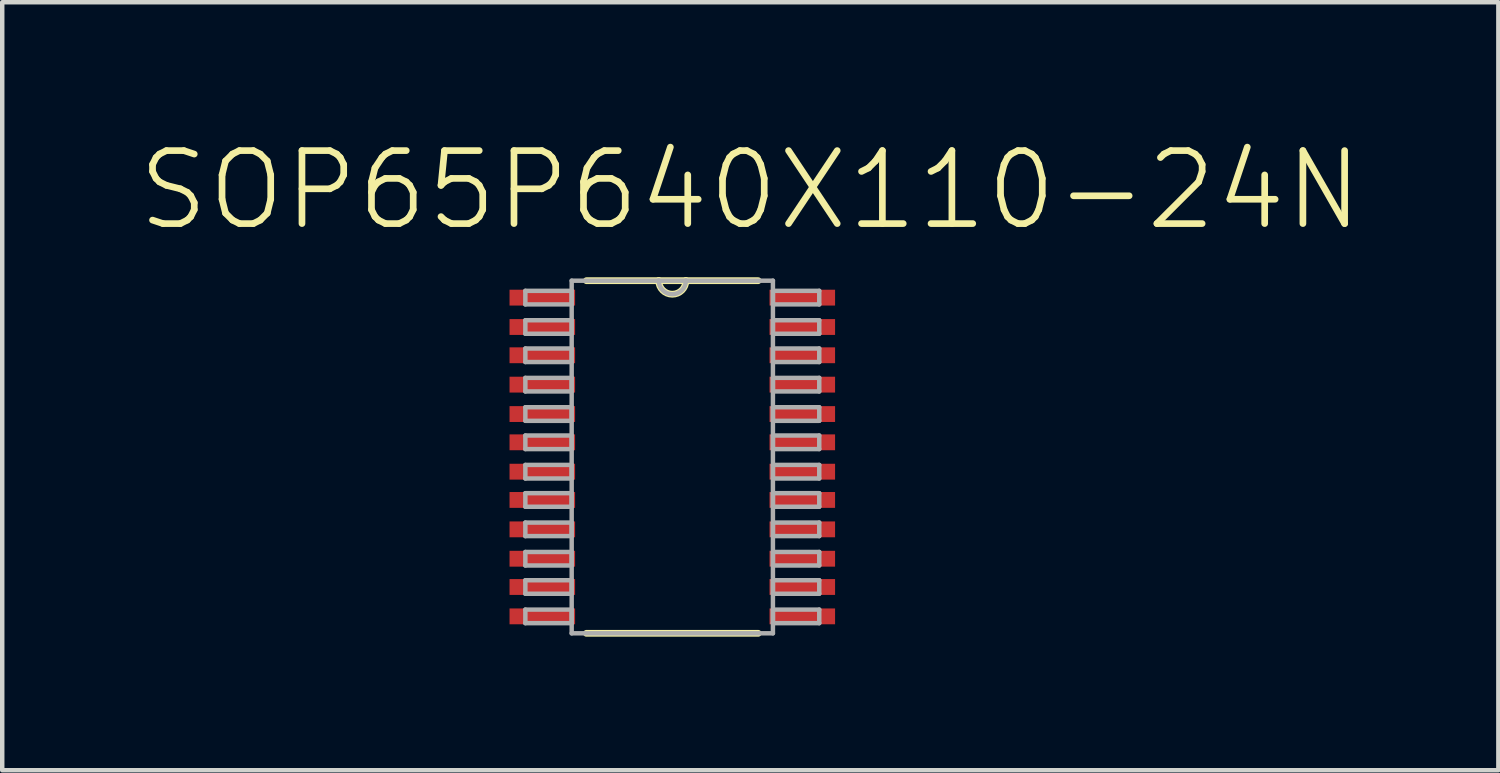
<source format=kicad_pcb>
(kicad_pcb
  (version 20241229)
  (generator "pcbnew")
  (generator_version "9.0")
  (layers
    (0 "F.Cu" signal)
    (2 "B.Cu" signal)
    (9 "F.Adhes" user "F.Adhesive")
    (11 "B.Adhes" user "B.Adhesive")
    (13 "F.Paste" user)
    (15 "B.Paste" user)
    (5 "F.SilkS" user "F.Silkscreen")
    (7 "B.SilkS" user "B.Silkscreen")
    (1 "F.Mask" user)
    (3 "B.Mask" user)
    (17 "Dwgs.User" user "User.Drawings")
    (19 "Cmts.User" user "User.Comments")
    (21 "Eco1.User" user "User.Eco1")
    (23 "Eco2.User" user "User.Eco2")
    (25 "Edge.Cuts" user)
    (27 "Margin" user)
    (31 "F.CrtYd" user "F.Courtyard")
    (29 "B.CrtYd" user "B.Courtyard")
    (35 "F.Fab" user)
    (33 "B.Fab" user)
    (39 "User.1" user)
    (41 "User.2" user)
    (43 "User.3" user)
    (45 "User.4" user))
  (footprint "SOP65P640X110-24N"
    (layer "F.Cu")
    (at 12.057 7.219)
    (property "Reference" "SOP65P640X110-24N" (at 1.753 -5.996 0) (layer "F.SilkS") (effects (font (size 1.64 1.64) (thickness 0.15))))
    (attr smd)
    (fp_line (start -1.93 3.962) (end 1.93 3.962) (stroke (width 0.152) (type solid)) (layer "F.SilkS"))
    (fp_line (start -0.305 -3.962) (end -1.93 -3.962) (stroke (width 0.152) (type solid)) (layer "F.SilkS"))
    (fp_line (start 0.305 -3.962) (end -0.305 -3.962) (stroke (width 0.152) (type solid)) (layer "F.SilkS"))
    (fp_line (start 1.93 -3.962) (end 0.305 -3.962) (stroke (width 0.152) (type solid)) (layer "F.SilkS"))
    (fp_arc (start 0.3048 -3.9624) (mid 0 -3.6576) (end -0.3048 -3.9624) (stroke (width 0.1524) (type solid)) (layer "F.SilkS"))
    (fp_line (start -3.302 -3.734) (end -3.302 -3.429) (stroke (width 0.1) (type solid)) (layer "F.Fab"))
    (fp_line (start -3.302 -3.429) (end -2.261 -3.429) (stroke (width 0.1) (type solid)) (layer "F.Fab"))
    (fp_line (start -3.302 -3.073) (end -3.302 -2.769) (stroke (width 0.1) (type solid)) (layer "F.Fab"))
    (fp_line (start -3.302 -2.769) (end -2.261 -2.769) (stroke (width 0.1) (type solid)) (layer "F.Fab"))
    (fp_line (start -3.302 -2.438) (end -3.302 -2.134) (stroke (width 0.1) (type solid)) (layer "F.Fab"))
    (fp_line (start -3.302 -2.134) (end -2.261 -2.134) (stroke (width 0.1) (type solid)) (layer "F.Fab"))
    (fp_line (start -3.302 -1.778) (end -3.302 -1.473) (stroke (width 0.1) (type solid)) (layer "F.Fab"))
    (fp_line (start -3.302 -1.473) (end -2.261 -1.473) (stroke (width 0.1) (type solid)) (layer "F.Fab"))
    (fp_line (start -3.302 -1.118) (end -3.302 -0.813) (stroke (width 0.1) (type solid)) (layer "F.Fab"))
    (fp_line (start -3.302 -0.813) (end -2.261 -0.813) (stroke (width 0.1) (type solid)) (layer "F.Fab"))
    (fp_line (start -3.302 -0.483) (end -3.302 -0.178) (stroke (width 0.1) (type solid)) (layer "F.Fab"))
    (fp_line (start -3.302 -0.178) (end -2.261 -0.178) (stroke (width 0.1) (type solid)) (layer "F.Fab"))
    (fp_line (start -3.302 0.178) (end -3.302 0.483) (stroke (width 0.1) (type solid)) (layer "F.Fab"))
    (fp_line (start -3.302 0.483) (end -2.261 0.483) (stroke (width 0.1) (type solid)) (layer "F.Fab"))
    (fp_line (start -3.302 0.813) (end -3.302 1.118) (stroke (width 0.1) (type solid)) (layer "F.Fab"))
    (fp_line (start -3.302 1.118) (end -2.261 1.118) (stroke (width 0.1) (type solid)) (layer "F.Fab"))
    (fp_line (start -3.302 1.473) (end -3.302 1.778) (stroke (width 0.1) (type solid)) (layer "F.Fab"))
    (fp_line (start -3.302 1.778) (end -2.261 1.778) (stroke (width 0.1) (type solid)) (layer "F.Fab"))
    (fp_line (start -3.302 2.134) (end -3.302 2.438) (stroke (width 0.1) (type solid)) (layer "F.Fab"))
    (fp_line (start -3.302 2.438) (end -2.261 2.438) (stroke (width 0.1) (type solid)) (layer "F.Fab"))
    (fp_line (start -3.302 2.769) (end -3.302 3.073) (stroke (width 0.1) (type solid)) (layer "F.Fab"))
    (fp_line (start -3.302 3.073) (end -2.261 3.073) (stroke (width 0.1) (type solid)) (layer "F.Fab"))
    (fp_line (start -3.302 3.429) (end -3.302 3.734) (stroke (width 0.1) (type solid)) (layer "F.Fab"))
    (fp_line (start -3.302 3.734) (end -2.261 3.734) (stroke (width 0.1) (type solid)) (layer "F.Fab"))
    (fp_line (start -2.261 -3.962) (end -2.261 3.962) (stroke (width 0.1) (type solid)) (layer "F.Fab"))
    (fp_line (start -2.261 -3.734) (end -3.302 -3.734) (stroke (width 0.1) (type solid)) (layer "F.Fab"))
    (fp_line (start -2.261 -3.429) (end -2.261 -3.734) (stroke (width 0.1) (type solid)) (layer "F.Fab"))
    (fp_line (start -2.261 -3.073) (end -3.302 -3.073) (stroke (width 0.1) (type solid)) (layer "F.Fab"))
    (fp_line (start -2.261 -2.769) (end -2.261 -3.073) (stroke (width 0.1) (type solid)) (layer "F.Fab"))
    (fp_line (start -2.261 -2.438) (end -3.302 -2.438) (stroke (width 0.1) (type solid)) (layer "F.Fab"))
    (fp_line (start -2.261 -2.134) (end -2.261 -2.438) (stroke (width 0.1) (type solid)) (layer "F.Fab"))
    (fp_line (start -2.261 -1.778) (end -3.302 -1.778) (stroke (width 0.1) (type solid)) (layer "F.Fab"))
    (fp_line (start -2.261 -1.473) (end -2.261 -1.778) (stroke (width 0.1) (type solid)) (layer "F.Fab"))
    (fp_line (start -2.261 -1.118) (end -3.302 -1.118) (stroke (width 0.1) (type solid)) (layer "F.Fab"))
    (fp_line (start -2.261 -0.813) (end -2.261 -1.118) (stroke (width 0.1) (type solid)) (layer "F.Fab"))
    (fp_line (start -2.261 -0.483) (end -3.302 -0.483) (stroke (width 0.1) (type solid)) (layer "F.Fab"))
    (fp_line (start -2.261 -0.178) (end -2.261 -0.483) (stroke (width 0.1) (type solid)) (layer "F.Fab"))
    (fp_line (start -2.261 0.178) (end -3.302 0.178) (stroke (width 0.1) (type solid)) (layer "F.Fab"))
    (fp_line (start -2.261 0.483) (end -2.261 0.178) (stroke (width 0.1) (type solid)) (layer "F.Fab"))
    (fp_line (start -2.261 0.813) (end -3.302 0.813) (stroke (width 0.1) (type solid)) (layer "F.Fab"))
    (fp_line (start -2.261 1.118) (end -2.261 0.813) (stroke (width 0.1) (type solid)) (layer "F.Fab"))
    (fp_line (start -2.261 1.473) (end -3.302 1.473) (stroke (width 0.1) (type solid)) (layer "F.Fab"))
    (fp_line (start -2.261 1.778) (end -2.261 1.473) (stroke (width 0.1) (type solid)) (layer "F.Fab"))
    (fp_line (start -2.261 2.134) (end -3.302 2.134) (stroke (width 0.1) (type solid)) (layer "F.Fab"))
    (fp_line (start -2.261 2.438) (end -2.261 2.134) (stroke (width 0.1) (type solid)) (layer "F.Fab"))
    (fp_line (start -2.261 2.769) (end -3.302 2.769) (stroke (width 0.1) (type solid)) (layer "F.Fab"))
    (fp_line (start -2.261 3.073) (end -2.261 2.769) (stroke (width 0.1) (type solid)) (layer "F.Fab"))
    (fp_line (start -2.261 3.429) (end -3.302 3.429) (stroke (width 0.1) (type solid)) (layer "F.Fab"))
    (fp_line (start -2.261 3.734) (end -2.261 3.429) (stroke (width 0.1) (type solid)) (layer "F.Fab"))
    (fp_line (start -2.261 3.962) (end 2.261 3.962) (stroke (width 0.1) (type solid)) (layer "F.Fab"))
    (fp_line (start -0.305 -3.962) (end -2.261 -3.962) (stroke (width 0.1) (type solid)) (layer "F.Fab"))
    (fp_line (start 0.305 -3.962) (end -0.305 -3.962) (stroke (width 0.1) (type solid)) (layer "F.Fab"))
    (fp_line (start 2.261 -3.962) (end 0.305 -3.962) (stroke (width 0.1) (type solid)) (layer "F.Fab"))
    (fp_line (start 2.261 -3.734) (end 2.261 -3.429) (stroke (width 0.1) (type solid)) (layer "F.Fab"))
    (fp_line (start 2.261 -3.429) (end 3.302 -3.429) (stroke (width 0.1) (type solid)) (layer "F.Fab"))
    (fp_line (start 2.261 -3.073) (end 2.261 -2.769) (stroke (width 0.1) (type solid)) (layer "F.Fab"))
    (fp_line (start 2.261 -2.769) (end 3.302 -2.769) (stroke (width 0.1) (type solid)) (layer "F.Fab"))
    (fp_line (start 2.261 -2.438) (end 2.261 -2.134) (stroke (width 0.1) (type solid)) (layer "F.Fab"))
    (fp_line (start 2.261 -2.134) (end 3.302 -2.134) (stroke (width 0.1) (type solid)) (layer "F.Fab"))
    (fp_line (start 2.261 -1.778) (end 2.261 -1.473) (stroke (width 0.1) (type solid)) (layer "F.Fab"))
    (fp_line (start 2.261 -1.473) (end 3.302 -1.473) (stroke (width 0.1) (type solid)) (layer "F.Fab"))
    (fp_line (start 2.261 -1.118) (end 2.261 -0.813) (stroke (width 0.1) (type solid)) (layer "F.Fab"))
    (fp_line (start 2.261 -0.813) (end 3.302 -0.813) (stroke (width 0.1) (type solid)) (layer "F.Fab"))
    (fp_line (start 2.261 -0.483) (end 2.261 -0.178) (stroke (width 0.1) (type solid)) (layer "F.Fab"))
    (fp_line (start 2.261 -0.178) (end 3.302 -0.178) (stroke (width 0.1) (type solid)) (layer "F.Fab"))
    (fp_line (start 2.261 0.178) (end 2.261 0.483) (stroke (width 0.1) (type solid)) (layer "F.Fab"))
    (fp_line (start 2.261 0.483) (end 3.302 0.483) (stroke (width 0.1) (type solid)) (layer "F.Fab"))
    (fp_line (start 2.261 0.813) (end 2.261 1.118) (stroke (width 0.1) (type solid)) (layer "F.Fab"))
    (fp_line (start 2.261 1.118) (end 3.302 1.118) (stroke (width 0.1) (type solid)) (layer "F.Fab"))
    (fp_line (start 2.261 1.473) (end 2.261 1.778) (stroke (width 0.1) (type solid)) (layer "F.Fab"))
    (fp_line (start 2.261 1.778) (end 3.302 1.778) (stroke (width 0.1) (type solid)) (layer "F.Fab"))
    (fp_line (start 2.261 2.134) (end 2.261 2.438) (stroke (width 0.1) (type solid)) (layer "F.Fab"))
    (fp_line (start 2.261 2.438) (end 3.302 2.438) (stroke (width 0.1) (type solid)) (layer "F.Fab"))
    (fp_line (start 2.261 2.769) (end 2.261 3.073) (stroke (width 0.1) (type solid)) (layer "F.Fab"))
    (fp_line (start 2.261 3.073) (end 3.302 3.073) (stroke (width 0.1) (type solid)) (layer "F.Fab"))
    (fp_line (start 2.261 3.429) (end 2.261 3.734) (stroke (width 0.1) (type solid)) (layer "F.Fab"))
    (fp_line (start 2.261 3.734) (end 3.302 3.734) (stroke (width 0.1) (type solid)) (layer "F.Fab"))
    (fp_line (start 2.261 3.962) (end 2.261 -3.962) (stroke (width 0.1) (type solid)) (layer "F.Fab"))
    (fp_line (start 3.302 -3.734) (end 2.261 -3.734) (stroke (width 0.1) (type solid)) (layer "F.Fab"))
    (fp_line (start 3.302 -3.429) (end 3.302 -3.734) (stroke (width 0.1) (type solid)) (layer "F.Fab"))
    (fp_line (start 3.302 -3.073) (end 2.261 -3.073) (stroke (width 0.1) (type solid)) (layer "F.Fab"))
    (fp_line (start 3.302 -2.769) (end 3.302 -3.073) (stroke (width 0.1) (type solid)) (layer "F.Fab"))
    (fp_line (start 3.302 -2.438) (end 2.261 -2.438) (stroke (width 0.1) (type solid)) (layer "F.Fab"))
    (fp_line (start 3.302 -2.134) (end 3.302 -2.438) (stroke (width 0.1) (type solid)) (layer "F.Fab"))
    (fp_line (start 3.302 -1.778) (end 2.261 -1.778) (stroke (width 0.1) (type solid)) (layer "F.Fab"))
    (fp_line (start 3.302 -1.473) (end 3.302 -1.778) (stroke (width 0.1) (type solid)) (layer "F.Fab"))
    (fp_line (start 3.302 -1.118) (end 2.261 -1.118) (stroke (width 0.1) (type solid)) (layer "F.Fab"))
    (fp_line (start 3.302 -0.813) (end 3.302 -1.118) (stroke (width 0.1) (type solid)) (layer "F.Fab"))
    (fp_line (start 3.302 -0.483) (end 2.261 -0.483) (stroke (width 0.1) (type solid)) (layer "F.Fab"))
    (fp_line (start 3.302 -0.178) (end 3.302 -0.483) (stroke (width 0.1) (type solid)) (layer "F.Fab"))
    (fp_line (start 3.302 0.178) (end 2.261 0.178) (stroke (width 0.1) (type solid)) (layer "F.Fab"))
    (fp_line (start 3.302 0.483) (end 3.302 0.178) (stroke (width 0.1) (type solid)) (layer "F.Fab"))
    (fp_line (start 3.302 0.813) (end 2.261 0.813) (stroke (width 0.1) (type solid)) (layer "F.Fab"))
    (fp_line (start 3.302 1.118) (end 3.302 0.813) (stroke (width 0.1) (type solid)) (layer "F.Fab"))
    (fp_line (start 3.302 1.473) (end 2.261 1.473) (stroke (width 0.1) (type solid)) (layer "F.Fab"))
    (fp_line (start 3.302 1.778) (end 3.302 1.473) (stroke (width 0.1) (type solid)) (layer "F.Fab"))
    (fp_line (start 3.302 2.134) (end 2.261 2.134) (stroke (width 0.1) (type solid)) (layer "F.Fab"))
    (fp_line (start 3.302 2.438) (end 3.302 2.134) (stroke (width 0.1) (type solid)) (layer "F.Fab"))
    (fp_line (start 3.302 2.769) (end 2.261 2.769) (stroke (width 0.1) (type solid)) (layer "F.Fab"))
    (fp_line (start 3.302 3.073) (end 3.302 2.769) (stroke (width 0.1) (type solid)) (layer "F.Fab"))
    (fp_line (start 3.302 3.429) (end 2.261 3.429) (stroke (width 0.1) (type solid)) (layer "F.Fab"))
    (fp_line (start 3.302 3.734) (end 3.302 3.429) (stroke (width 0.1) (type solid)) (layer "F.Fab"))
    (fp_arc (start 0.3048 -3.9624) (mid 0 -3.6576) (end -0.3048 -3.9624) (stroke (width 0.1) (type solid)) (layer "F.Fab"))
    (pad "1" smd rect (at -2.921 -3.581) (size 1.473 0.356) (layers "F.Cu" "F.Mask" "F.Paste"))
    (pad "2" smd rect (at -2.921 -2.921) (size 1.473 0.356) (layers "F.Cu" "F.Mask" "F.Paste"))
    (pad "3" smd rect (at -2.921 -2.286) (size 1.473 0.356) (layers "F.Cu" "F.Mask" "F.Paste"))
    (pad "4" smd rect (at -2.921 -1.626) (size 1.473 0.356) (layers "F.Cu" "F.Mask" "F.Paste"))
    (pad "5" smd rect (at -2.921 -0.965) (size 1.473 0.356) (layers "F.Cu" "F.Mask" "F.Paste"))
    (pad "6" smd rect (at -2.921 -0.33) (size 1.473 0.356) (layers "F.Cu" "F.Mask" "F.Paste"))
    (pad "7" smd rect (at -2.921 0.33) (size 1.473 0.356) (layers "F.Cu" "F.Mask" "F.Paste"))
    (pad "8" smd rect (at -2.921 0.965) (size 1.473 0.356) (layers "F.Cu" "F.Mask" "F.Paste"))
    (pad "9" smd rect (at -2.921 1.626) (size 1.473 0.356) (layers "F.Cu" "F.Mask" "F.Paste"))
    (pad "10" smd rect (at -2.921 2.286) (size 1.473 0.356) (layers "F.Cu" "F.Mask" "F.Paste"))
    (pad "11" smd rect (at -2.921 2.921) (size 1.473 0.356) (layers "F.Cu" "F.Mask" "F.Paste"))
    (pad "12" smd rect (at -2.921 3.581) (size 1.473 0.356) (layers "F.Cu" "F.Mask" "F.Paste"))
    (pad "13" smd rect (at 2.921 3.581) (size 1.473 0.356) (layers "F.Cu" "F.Mask" "F.Paste"))
    (pad "14" smd rect (at 2.921 2.921) (size 1.473 0.356) (layers "F.Cu" "F.Mask" "F.Paste"))
    (pad "15" smd rect (at 2.921 2.286) (size 1.473 0.356) (layers "F.Cu" "F.Mask" "F.Paste"))
    (pad "16" smd rect (at 2.921 1.626) (size 1.473 0.356) (layers "F.Cu" "F.Mask" "F.Paste"))
    (pad "17" smd rect (at 2.921 0.965) (size 1.473 0.356) (layers "F.Cu" "F.Mask" "F.Paste"))
    (pad "18" smd rect (at 2.921 0.33) (size 1.473 0.356) (layers "F.Cu" "F.Mask" "F.Paste"))
    (pad "19" smd rect (at 2.921 -0.33) (size 1.473 0.356) (layers "F.Cu" "F.Mask" "F.Paste"))
    (pad "20" smd rect (at 2.921 -0.965) (size 1.473 0.356) (layers "F.Cu" "F.Mask" "F.Paste"))
    (pad "21" smd rect (at 2.921 -1.626) (size 1.473 0.356) (layers "F.Cu" "F.Mask" "F.Paste"))
    (pad "22" smd rect (at 2.921 -2.286) (size 1.473 0.356) (layers "F.Cu" "F.Mask" "F.Paste"))
    (pad "23" smd rect (at 2.921 -2.921) (size 1.473 0.356) (layers "F.Cu" "F.Mask" "F.Paste"))
    (pad "24" smd rect (at 2.921 -3.581) (size 1.473 0.356) (layers "F.Cu" "F.Mask" "F.Paste")))
  (gr_rect
    (start -3 -3)
    (end 30.619 14.258)
    (stroke (width 0.1) (type default))
    (fill no)
    (layer "Edge.Cuts")))
</source>
